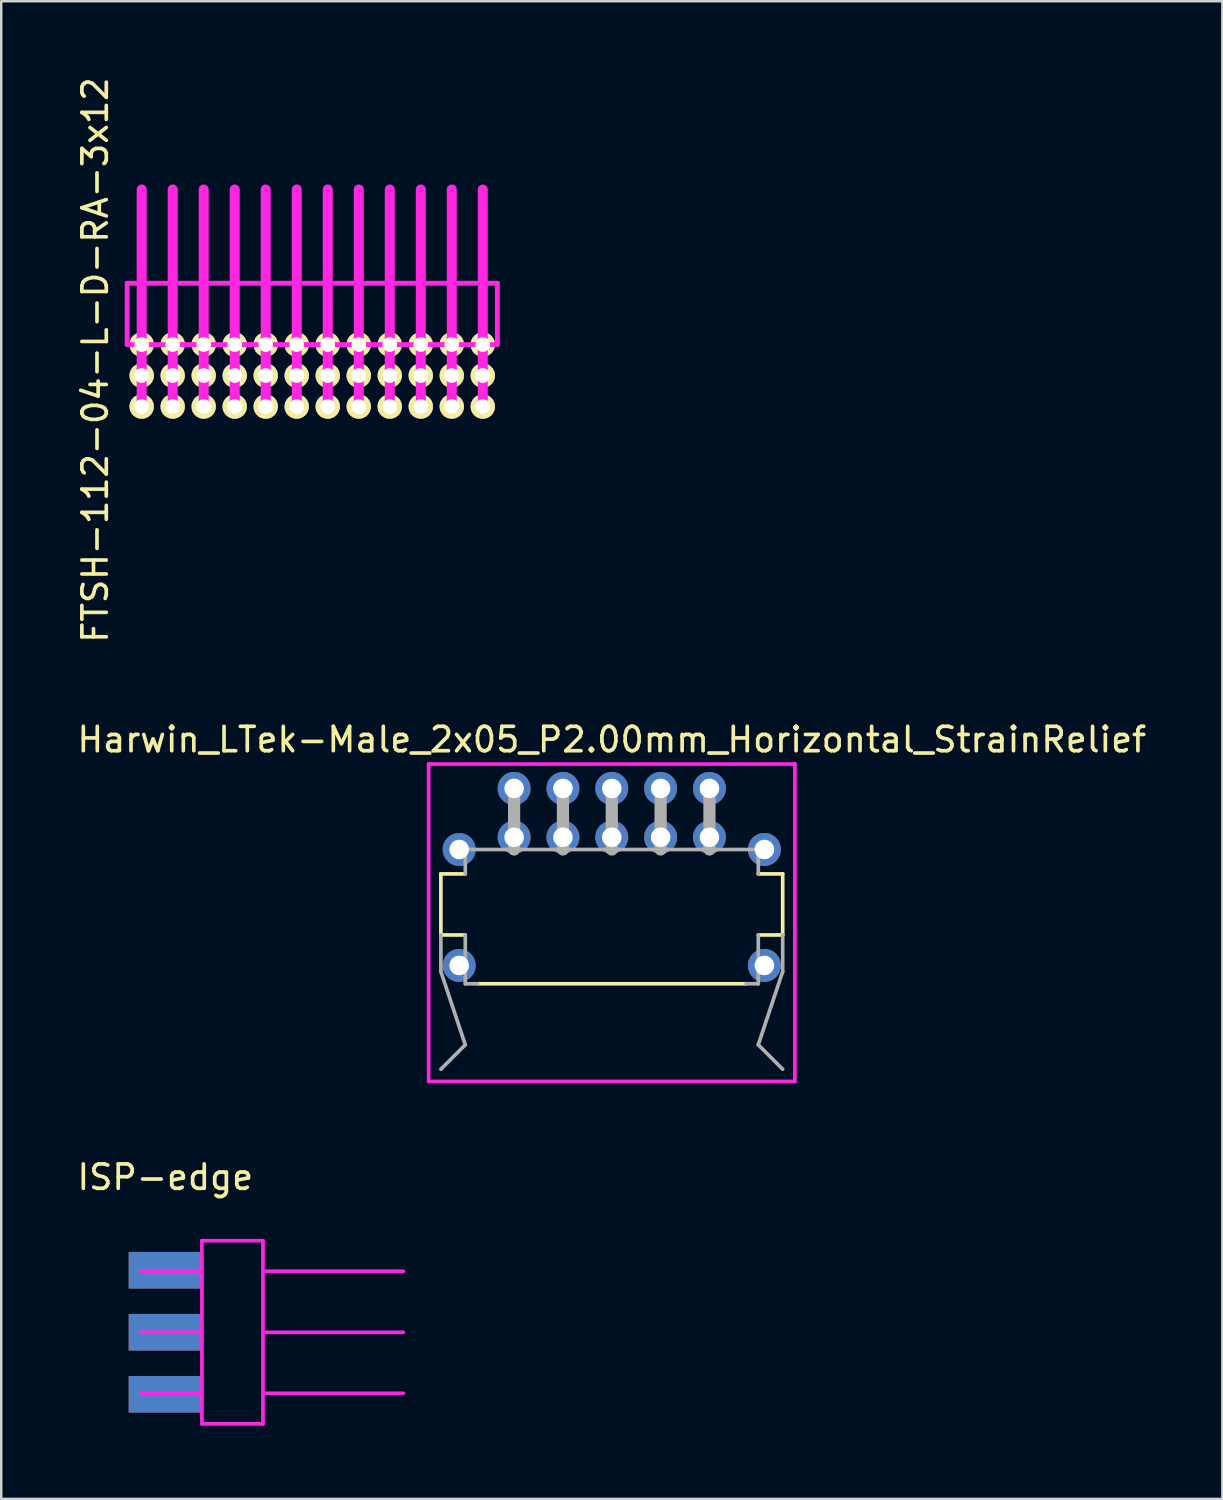
<source format=kicad_pcb>
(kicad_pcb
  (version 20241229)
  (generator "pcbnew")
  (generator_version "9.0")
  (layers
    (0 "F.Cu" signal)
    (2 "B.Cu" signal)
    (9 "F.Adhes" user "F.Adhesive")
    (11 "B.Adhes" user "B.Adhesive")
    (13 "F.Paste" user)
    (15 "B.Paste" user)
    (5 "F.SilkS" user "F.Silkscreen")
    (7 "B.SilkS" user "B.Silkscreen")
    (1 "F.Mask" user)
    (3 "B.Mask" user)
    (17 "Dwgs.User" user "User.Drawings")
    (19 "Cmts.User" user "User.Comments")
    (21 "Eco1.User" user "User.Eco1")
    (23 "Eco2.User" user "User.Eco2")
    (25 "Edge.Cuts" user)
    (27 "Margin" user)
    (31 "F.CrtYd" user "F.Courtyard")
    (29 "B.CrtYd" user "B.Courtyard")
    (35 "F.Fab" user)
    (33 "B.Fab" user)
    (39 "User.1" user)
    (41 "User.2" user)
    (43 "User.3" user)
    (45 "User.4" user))
  (footprint "FTSH-112-04-L-D-RA-3x12"
    (layer "F.Cu")
    (at 9.738 11.696)
    (property "Reference" "FTSH-112-04-L-D-RA-3x12" (at -8.89 0 90) (layer "F.SilkS") (effects (font (size 1 1) (thickness 0.15))))
    (attr through_hole)
    (fp_line (start -7.58 -3.145) (end 7.58 -3.145) (stroke (width 0.2) (type solid)) (layer "F.CrtYd"))
    (fp_line (start -7.58 -0.635) (end -7.58 -3.145) (stroke (width 0.2) (type solid)) (layer "F.CrtYd"))
    (fp_line (start -6.985 1.905) (end -6.985 -6.985) (stroke (width 0.41) (type solid)) (layer "F.CrtYd"))
    (fp_line (start -5.715 1.905) (end -5.715 -6.985) (stroke (width 0.41) (type solid)) (layer "F.CrtYd"))
    (fp_line (start -4.445 1.905) (end -4.445 -6.985) (stroke (width 0.41) (type solid)) (layer "F.CrtYd"))
    (fp_line (start -3.175 1.905) (end -3.175 -6.985) (stroke (width 0.41) (type solid)) (layer "F.CrtYd"))
    (fp_line (start -1.905 1.905) (end -1.905 -6.985) (stroke (width 0.41) (type solid)) (layer "F.CrtYd"))
    (fp_line (start -0.635 1.905) (end -0.635 -6.985) (stroke (width 0.41) (type solid)) (layer "F.CrtYd"))
    (fp_line (start 0.635 1.905) (end 0.635 -6.985) (stroke (width 0.41) (type solid)) (layer "F.CrtYd"))
    (fp_line (start 1.905 1.905) (end 1.905 -6.985) (stroke (width 0.41) (type solid)) (layer "F.CrtYd"))
    (fp_line (start 3.175 1.905) (end 3.175 -6.985) (stroke (width 0.41) (type solid)) (layer "F.CrtYd"))
    (fp_line (start 4.445 1.905) (end 4.445 -6.985) (stroke (width 0.41) (type solid)) (layer "F.CrtYd"))
    (fp_line (start 5.715 1.905) (end 5.715 -6.985) (stroke (width 0.41) (type solid)) (layer "F.CrtYd"))
    (fp_line (start 6.985 1.905) (end 6.985 -6.985) (stroke (width 0.41) (type solid)) (layer "F.CrtYd"))
    (fp_line (start 7.58 -3.145) (end 7.58 -0.635) (stroke (width 0.2) (type solid)) (layer "F.CrtYd"))
    (fp_line (start 7.58 -0.635) (end -7.58 -0.635) (stroke (width 0.2) (type solid)) (layer "F.CrtYd"))
    (pad "1" thru_hole circle (at -6.985 0.635) (size 1 1) (drill 0.6) (layers "*.Cu" "*.Mask" "F.SilkS"))
    (pad "1" thru_hole circle (at -6.985 1.905) (size 1 1) (drill 0.6) (layers "*.Cu" "*.Mask" "F.SilkS"))
    (pad "2" thru_hole circle (at -6.985 -0.635) (size 1 1) (drill 0.6) (layers "*.Cu" "*.Mask" "F.SilkS"))
    (pad "3" thru_hole circle (at -5.715 0.635) (size 1 1) (drill 0.6) (layers "*.Cu" "*.Mask" "F.SilkS"))
    (pad "3" thru_hole circle (at -5.715 1.905) (size 1 1) (drill 0.6) (layers "*.Cu" "*.Mask" "F.SilkS"))
    (pad "4" thru_hole circle (at -5.715 -0.635) (size 1 1) (drill 0.6) (layers "*.Cu" "*.Mask" "F.SilkS"))
    (pad "5" thru_hole circle (at -4.445 0.635) (size 1 1) (drill 0.6) (layers "*.Cu" "*.Mask" "F.SilkS"))
    (pad "5" thru_hole circle (at -4.445 1.905) (size 1 1) (drill 0.6) (layers "*.Cu" "*.Mask" "F.SilkS"))
    (pad "6" thru_hole circle (at -4.445 -0.635) (size 1 1) (drill 0.6) (layers "*.Cu" "*.Mask" "F.SilkS"))
    (pad "7" thru_hole circle (at -3.175 0.635) (size 1 1) (drill 0.6) (layers "*.Cu" "*.Mask" "F.SilkS"))
    (pad "7" thru_hole circle (at -3.175 1.905) (size 1 1) (drill 0.6) (layers "*.Cu" "*.Mask" "F.SilkS"))
    (pad "8" thru_hole circle (at -3.175 -0.635) (size 1 1) (drill 0.6) (layers "*.Cu" "*.Mask" "F.SilkS"))
    (pad "9" thru_hole circle (at -1.905 0.635) (size 1 1) (drill 0.6) (layers "*.Cu" "*.Mask" "F.SilkS"))
    (pad "9" thru_hole circle (at -1.905 1.905) (size 1 1) (drill 0.6) (layers "*.Cu" "*.Mask" "F.SilkS"))
    (pad "10" thru_hole circle (at -1.905 -0.635) (size 1 1) (drill 0.6) (layers "*.Cu" "*.Mask" "F.SilkS"))
    (pad "11" thru_hole circle (at -0.635 0.635) (size 1 1) (drill 0.6) (layers "*.Cu" "*.Mask" "F.SilkS"))
    (pad "11" thru_hole circle (at -0.635 1.905) (size 1 1) (drill 0.6) (layers "*.Cu" "*.Mask" "F.SilkS"))
    (pad "12" thru_hole circle (at -0.635 -0.635) (size 1 1) (drill 0.6) (layers "*.Cu" "*.Mask" "F.SilkS"))
    (pad "13" thru_hole circle (at 0.635 0.635) (size 1 1) (drill 0.6) (layers "*.Cu" "*.Mask" "F.SilkS"))
    (pad "13" thru_hole circle (at 0.635 1.905) (size 1 1) (drill 0.6) (layers "*.Cu" "*.Mask" "F.SilkS"))
    (pad "14" thru_hole circle (at 0.635 -0.635) (size 1 1) (drill 0.6) (layers "*.Cu" "*.Mask" "F.SilkS"))
    (pad "15" thru_hole circle (at 1.905 0.635) (size 1 1) (drill 0.6) (layers "*.Cu" "*.Mask" "F.SilkS"))
    (pad "15" thru_hole circle (at 1.905 1.905) (size 1 1) (drill 0.6) (layers "*.Cu" "*.Mask" "F.SilkS"))
    (pad "16" thru_hole circle (at 1.905 -0.635) (size 1 1) (drill 0.6) (layers "*.Cu" "*.Mask" "F.SilkS"))
    (pad "17" thru_hole circle (at 3.175 0.635) (size 1 1) (drill 0.6) (layers "*.Cu" "*.Mask" "F.SilkS"))
    (pad "17" thru_hole circle (at 3.175 1.905) (size 1 1) (drill 0.6) (layers "*.Cu" "*.Mask" "F.SilkS"))
    (pad "18" thru_hole circle (at 3.175 -0.635) (size 1 1) (drill 0.6) (layers "*.Cu" "*.Mask" "F.SilkS"))
    (pad "19" thru_hole circle (at 4.445 0.635) (size 1 1) (drill 0.6) (layers "*.Cu" "*.Mask" "F.SilkS"))
    (pad "19" thru_hole circle (at 4.445 1.905) (size 1 1) (drill 0.6) (layers "*.Cu" "*.Mask" "F.SilkS"))
    (pad "20" thru_hole circle (at 4.445 -0.635) (size 1 1) (drill 0.6) (layers "*.Cu" "*.Mask" "F.SilkS"))
    (pad "21" thru_hole circle (at 5.715 0.635) (size 1 1) (drill 0.6) (layers "*.Cu" "*.Mask" "F.SilkS"))
    (pad "21" thru_hole circle (at 5.715 1.905) (size 1 1) (drill 0.6) (layers "*.Cu" "*.Mask" "F.SilkS"))
    (pad "22" thru_hole circle (at 5.715 -0.635) (size 1 1) (drill 0.6) (layers "*.Cu" "*.Mask" "F.SilkS"))
    (pad "23" thru_hole circle (at 6.985 0.635) (size 1 1) (drill 0.6) (layers "*.Cu" "*.Mask" "F.SilkS"))
    (pad "23" thru_hole circle (at 6.985 1.905) (size 1 1) (drill 0.6) (layers "*.Cu" "*.Mask" "F.SilkS"))
    (pad "24" thru_hole circle (at 6.985 -0.635) (size 1 1) (drill 0.6) (layers "*.Cu" "*.Mask" "F.SilkS")))
  (footprint "ISP-edge"
    (layer "F.Cu")
    (at 3.72 51.514)
    (property "Reference" "ISP-edge" (at 0 -6.35 0) (layer "F.SilkS") (effects (font (size 1 1) (thickness 0.15))))
    (attr through_hole)
    (fp_line (start -1 -2.5) (end 1.5 -2.5) (stroke (width 0.15) (type solid)) (layer "F.CrtYd"))
    (fp_line (start -1 0) (end 1.5 0) (stroke (width 0.15) (type solid)) (layer "F.CrtYd"))
    (fp_line (start -1 2.5) (end 1.5 2.5) (stroke (width 0.15) (type solid)) (layer "F.CrtYd"))
    (fp_line (start 1.5 -3.75) (end 4 -3.75) (stroke (width 0.15) (type solid)) (layer "F.CrtYd"))
    (fp_line (start 1.5 3.75) (end 1.5 -3.75) (stroke (width 0.15) (type solid)) (layer "F.CrtYd"))
    (fp_line (start 4 -3.75) (end 4 3.75) (stroke (width 0.15) (type solid)) (layer "F.CrtYd"))
    (fp_line (start 4 -2.5) (end 9.75 -2.5) (stroke (width 0.15) (type solid)) (layer "F.CrtYd"))
    (fp_line (start 4 0) (end 9.75 0) (stroke (width 0.15) (type solid)) (layer "F.CrtYd"))
    (fp_line (start 4 2.5) (end 9.75 2.5) (stroke (width 0.15) (type solid)) (layer "F.CrtYd"))
    (fp_line (start 4 3.75) (end 1.5 3.75) (stroke (width 0.15) (type solid)) (layer "F.CrtYd"))
    (pad "1" smd rect (at 0 -2.54) (size 3 1.5) (layers "F.Cu" "F.Mask" "F.Paste"))
    (pad "2" smd rect (at 0 -2.54) (size 3 1.5) (layers "F.Mask" "B.Cu" "F.Paste"))
    (pad "3" smd rect (at 0 0) (size 3 1.5) (layers "F.Cu" "F.Mask" "F.Paste"))
    (pad "4" smd rect (at 0 0) (size 3 1.5) (layers "F.Mask" "B.Cu" "F.Paste"))
    (pad "5" smd rect (at 0 2.54) (size 3 1.5) (layers "F.Cu" "F.Mask" "F.Paste"))
    (pad "6" smd rect (at 0 2.54) (size 3 1.5) (layers "F.Mask" "B.Cu" "F.Paste")))
  (footprint "Harwin_LTek-Male_2x05_P2.00mm_Horizontal_StrainRelief"
    (layer "F.Cu")
    (at 22.006 30.241)
    (property "Reference" "Harwin_LTek-Male_2x05_P2.00mm_Horizontal_StrainRelief" (at 0 -3 0) (layer "F.SilkS") (effects (font (size 1 1) (thickness 0.15))))
    (attr through_hole)
    (fp_line (start -7 2.5) (end -6 2.5) (stroke (width 0.15) (type solid)) (layer "F.SilkS"))
    (fp_line (start -7 5) (end -7 2.5) (stroke (width 0.15) (type solid)) (layer "F.SilkS"))
    (fp_line (start -7 5) (end -6 5) (stroke (width 0.15) (type solid)) (layer "F.SilkS"))
    (fp_line (start -5.5 7) (end 5.5 7) (stroke (width 0.15) (type solid)) (layer "F.SilkS"))
    (fp_line (start 7 2.5) (end 6 2.5) (stroke (width 0.15) (type solid)) (layer "F.SilkS"))
    (fp_line (start 7 5) (end 6 5) (stroke (width 0.15) (type solid)) (layer "F.SilkS"))
    (fp_line (start 7 5) (end 7 2.5) (stroke (width 0.15) (type solid)) (layer "F.SilkS"))
    (fp_line (start -7.5 -2) (end 7.5 -2) (stroke (width 0.15) (type solid)) (layer "F.CrtYd"))
    (fp_line (start -7.5 11) (end -7.5 -2) (stroke (width 0.15) (type solid)) (layer "F.CrtYd"))
    (fp_line (start 7.5 -2) (end 7.5 11) (stroke (width 0.15) (type solid)) (layer "F.CrtYd"))
    (fp_line (start 7.5 11) (end -7.5 11) (stroke (width 0.15) (type solid)) (layer "F.CrtYd"))
    (fp_line (start -7 6.5) (end -7 5) (stroke (width 0.15) (type solid)) (layer "F.Fab"))
    (fp_line (start -7 10.5) (end -6 9.5) (stroke (width 0.15) (type solid)) (layer "F.Fab"))
    (fp_line (start -6 1.5) (end -6 2.5) (stroke (width 0.15) (type solid)) (layer "F.Fab"))
    (fp_line (start -6 1.5) (end 6 1.5) (stroke (width 0.15) (type solid)) (layer "F.Fab"))
    (fp_line (start -6 7) (end -6 5) (stroke (width 0.15) (type solid)) (layer "F.Fab"))
    (fp_line (start -6 9.5) (end -7 6.5) (stroke (width 0.15) (type solid)) (layer "F.Fab"))
    (fp_line (start -5.5 7) (end -6 7) (stroke (width 0.15) (type solid)) (layer "F.Fab"))
    (fp_line (start -4 1.5) (end -4 -1) (stroke (width 0.5) (type solid)) (layer "F.Fab"))
    (fp_line (start -2 1.5) (end -2 -1) (stroke (width 0.5) (type solid)) (layer "F.Fab"))
    (fp_line (start 0 1.5) (end 0 -1) (stroke (width 0.5) (type solid)) (layer "F.Fab"))
    (fp_line (start 2 1.5) (end 2 -1) (stroke (width 0.5) (type solid)) (layer "F.Fab"))
    (fp_line (start 4 1.5) (end 4 -1) (stroke (width 0.5) (type solid)) (layer "F.Fab"))
    (fp_line (start 6 1.5) (end 6 2.5) (stroke (width 0.15) (type solid)) (layer "F.Fab"))
    (fp_line (start 6 5) (end 6 7) (stroke (width 0.15) (type solid)) (layer "F.Fab"))
    (fp_line (start 6 7) (end 5.5 7) (stroke (width 0.15) (type solid)) (layer "F.Fab"))
    (fp_line (start 6 9.5) (end 7 6.5) (stroke (width 0.15) (type solid)) (layer "F.Fab"))
    (fp_line (start 7 6.5) (end 7 5) (stroke (width 0.15) (type solid)) (layer "F.Fab"))
    (fp_line (start 7 10.5) (end 6 9.5) (stroke (width 0.15) (type solid)) (layer "F.Fab"))
    (pad "" thru_hole circle (at -6.25 1.5) (size 1.35 1.35) (drill 0.8) (layers "*.Cu" "*.Mask"))
    (pad "" thru_hole circle (at -6.25 6.25) (size 1.35 1.35) (drill 0.8) (layers "*.Cu" "*.Mask"))
    (pad "" thru_hole circle (at 6.25 1.5) (size 1.35 1.35) (drill 0.8) (layers "*.Cu" "*.Mask"))
    (pad "" thru_hole circle (at 6.25 6.25) (size 1.35 1.35) (drill 0.8) (layers "*.Cu" "*.Mask"))
    (pad "1" thru_hole circle (at -4 1) (size 1.35 1.35) (drill 0.8) (layers "*.Cu" "*.Mask"))
    (pad "2" thru_hole circle (at -4 -1) (size 1.35 1.35) (drill 0.8) (layers "*.Cu" "*.Mask"))
    (pad "3" thru_hole circle (at -2 1) (size 1.35 1.35) (drill 0.8) (layers "*.Cu" "*.Mask"))
    (pad "4" thru_hole circle (at -2 -1) (size 1.35 1.35) (drill 0.8) (layers "*.Cu" "*.Mask"))
    (pad "5" thru_hole circle (at 0 1) (size 1.35 1.35) (drill 0.8) (layers "*.Cu" "*.Mask"))
    (pad "6" thru_hole circle (at 0 -1) (size 1.35 1.35) (drill 0.8) (layers "*.Cu" "*.Mask"))
    (pad "7" thru_hole circle (at 2 1) (size 1.35 1.35) (drill 0.8) (layers "*.Cu" "*.Mask"))
    (pad "8" thru_hole circle (at 2 -1) (size 1.35 1.35) (drill 0.8) (layers "*.Cu" "*.Mask"))
    (pad "9" thru_hole circle (at 4 1) (size 1.35 1.35) (drill 0.8) (layers "*.Cu" "*.Mask"))
    (pad "10" thru_hole circle (at 4 -1) (size 1.35 1.35) (drill 0.8) (layers "*.Cu" "*.Mask")))
  (gr_rect
    (start -3 -3)
    (end 47.012 58.339)
    (stroke (width 0.1) (type default))
    (fill no)
    (layer "Edge.Cuts")))
</source>
